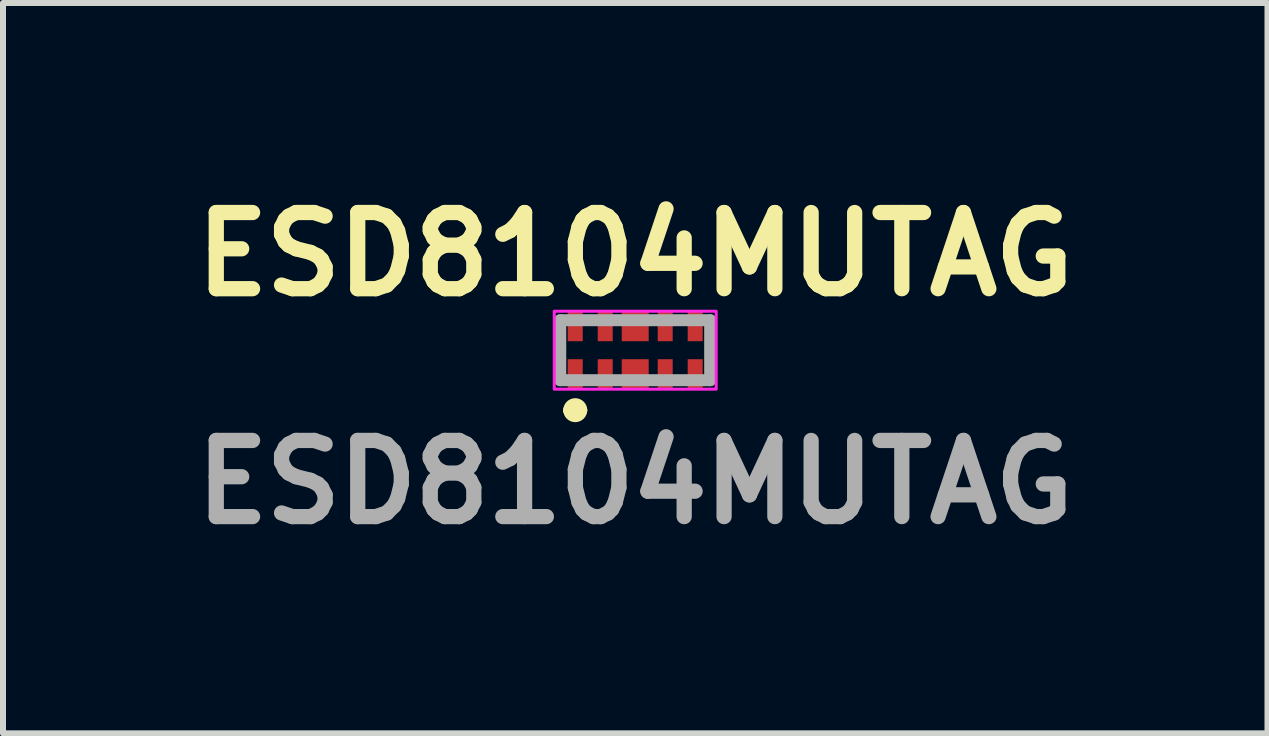
<source format=kicad_pcb>
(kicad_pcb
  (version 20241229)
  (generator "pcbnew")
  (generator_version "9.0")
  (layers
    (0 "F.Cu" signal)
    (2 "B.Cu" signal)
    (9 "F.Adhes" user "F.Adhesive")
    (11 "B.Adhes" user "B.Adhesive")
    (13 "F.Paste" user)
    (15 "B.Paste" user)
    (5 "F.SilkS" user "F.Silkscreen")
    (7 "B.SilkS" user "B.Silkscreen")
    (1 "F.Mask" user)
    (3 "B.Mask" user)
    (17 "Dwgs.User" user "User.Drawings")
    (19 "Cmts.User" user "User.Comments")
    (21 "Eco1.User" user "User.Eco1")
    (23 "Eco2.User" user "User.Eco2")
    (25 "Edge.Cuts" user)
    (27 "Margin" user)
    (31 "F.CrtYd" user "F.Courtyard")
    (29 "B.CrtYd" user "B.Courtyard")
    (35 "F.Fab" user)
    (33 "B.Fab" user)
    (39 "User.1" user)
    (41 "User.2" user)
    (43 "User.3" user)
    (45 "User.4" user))
  (footprint "ESD8104MUTAG"
    (layer "F.Cu")
    (at 7.541 2.789)
    (property "Reference" "ESD8104MUTAG" (at 0 -1.6 0) (layer "F.SilkS") (effects (font (size 1.27 1.27) (thickness 0.254))))
    (attr smd)
    (fp_line (start -1.25 -0.5) (end -1.25 0.5) (stroke (width 0.1) (type solid)) (layer "F.SilkS"))
    (fp_line (start -1.1 1) (end -1.1 1) (stroke (width 0.2) (type solid)) (layer "F.SilkS"))
    (fp_line (start -0.9 1) (end -0.9 1) (stroke (width 0.2) (type solid)) (layer "F.SilkS"))
    (fp_line (start 1.25 -0.5) (end 1.25 0.5) (stroke (width 0.1) (type solid)) (layer "F.SilkS"))
    (fp_arc (start -1.1 1) (mid -1 0.9) (end -0.9 1) (stroke (width 0.2) (type solid)) (layer "F.SilkS"))
    (fp_arc (start -0.9 1) (mid -1 1.1) (end -1.1 1) (stroke (width 0.2) (type solid)) (layer "F.SilkS"))
    (fp_rect (start -1.35 -0.65) (end 1.35 0.65) (stroke (width 0.05) (type default)) (fill no) (layer "F.CrtYd"))
    (fp_line (start -1.25 -0.5) (end 1.25 -0.5) (stroke (width 0.2) (type solid)) (layer "F.Fab"))
    (fp_line (start -1.25 0.5) (end -1.25 -0.5) (stroke (width 0.2) (type solid)) (layer "F.Fab"))
    (fp_line (start 1.25 -0.5) (end 1.25 0.5) (stroke (width 0.2) (type solid)) (layer "F.Fab"))
    (fp_line (start 1.25 0.5) (end -1.25 0.5) (stroke (width 0.2) (type solid)) (layer "F.Fab"))
    (fp_text user "${REFERENCE}" (at 0 2.2 0) (layer "F.Fab") (effects (font (size 1.27 1.27) (thickness 0.254))))
    (pad "1" smd rect (at -1 0.4) (size 0.25 0.5) (layers "F.Cu" "F.Mask" "F.Paste"))
    (pad "2" smd rect (at -0.5 0.4) (size 0.25 0.5) (layers "F.Cu" "F.Mask" "F.Paste"))
    (pad "3" smd rect (at 0 0.4) (size 0.45 0.5) (layers "F.Cu" "F.Mask" "F.Paste"))
    (pad "4" smd rect (at 0.5 0.4) (size 0.25 0.5) (layers "F.Cu" "F.Mask" "F.Paste"))
    (pad "5" smd rect (at 1 0.4) (size 0.25 0.5) (layers "F.Cu" "F.Mask" "F.Paste"))
    (pad "6" smd rect (at 1 -0.4) (size 0.25 0.5) (layers "F.Cu" "F.Mask" "F.Paste"))
    (pad "7" smd rect (at 0.5 -0.4) (size 0.25 0.5) (layers "F.Cu" "F.Mask" "F.Paste"))
    (pad "8" smd rect (at 0 -0.4) (size 0.45 0.5) (layers "F.Cu" "F.Mask" "F.Paste"))
    (pad "9" smd rect (at -0.5 -0.4) (size 0.25 0.5) (layers "F.Cu" "F.Mask" "F.Paste"))
    (pad "10" smd rect (at -1 -0.4) (size 0.25 0.5) (layers "F.Cu" "F.Mask" "F.Paste")))
  (gr_rect
    (start -3 -3)
    (end 18.083 9.177)
    (stroke (width 0.1) (type default))
    (fill no)
    (layer "Edge.Cuts")))
</source>
